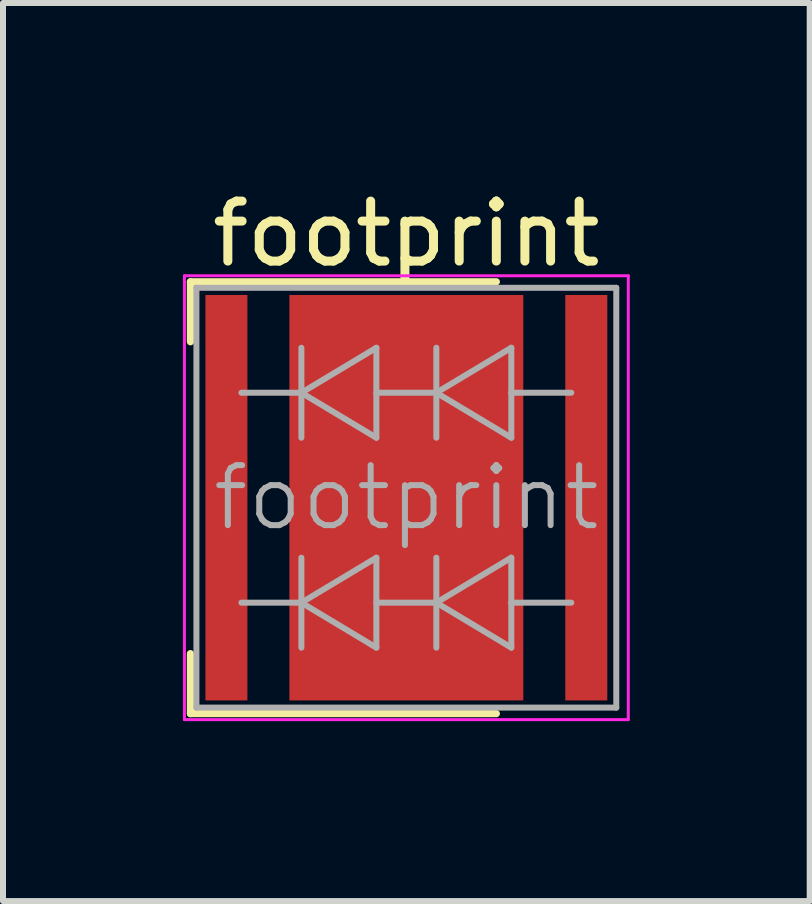
<source format=kicad_pcb>
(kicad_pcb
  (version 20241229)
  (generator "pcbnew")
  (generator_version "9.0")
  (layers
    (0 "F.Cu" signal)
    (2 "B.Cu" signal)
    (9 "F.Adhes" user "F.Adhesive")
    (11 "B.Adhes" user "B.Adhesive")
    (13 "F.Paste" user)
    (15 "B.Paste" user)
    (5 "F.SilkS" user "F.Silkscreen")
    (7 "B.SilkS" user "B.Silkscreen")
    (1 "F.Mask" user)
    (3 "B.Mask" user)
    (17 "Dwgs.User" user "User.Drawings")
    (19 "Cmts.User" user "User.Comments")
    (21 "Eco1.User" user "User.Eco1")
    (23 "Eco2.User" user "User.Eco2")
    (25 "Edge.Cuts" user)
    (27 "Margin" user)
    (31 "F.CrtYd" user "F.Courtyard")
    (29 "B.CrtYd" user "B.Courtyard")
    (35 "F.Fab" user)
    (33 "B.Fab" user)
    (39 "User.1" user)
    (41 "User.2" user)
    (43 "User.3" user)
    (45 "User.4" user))
  (footprint "footprint"
    (layer "F.Cu")
    (at 3.725 5.248)
    (property "Reference" "footprint" (at 0 -4.4 0) (layer "F.SilkS") (effects (font (size 1 1) (thickness 0.15))))
    (attr smd)
    (fp_line (start -3.6 -3.6) (end -3.6 -2.6) (stroke (width 0.12) (type solid)) (layer "F.SilkS"))
    (fp_line (start -3.6 3.6) (end -3.6 2.6) (stroke (width 0.12) (type solid)) (layer "F.SilkS"))
    (fp_line (start 1.5 -3.6) (end -3.6 -3.6) (stroke (width 0.12) (type solid)) (layer "F.SilkS"))
    (fp_line (start 1.5 3.6) (end -3.6 3.6) (stroke (width 0.12) (type solid)) (layer "F.SilkS"))
    (fp_line (start -3.7 -3.7) (end -3.7 3.7) (stroke (width 0.05) (type solid)) (layer "F.CrtYd"))
    (fp_line (start -3.7 3.7) (end 3.7 3.7) (stroke (width 0.05) (type solid)) (layer "F.CrtYd"))
    (fp_line (start 3.7 -3.7) (end -3.7 -3.7) (stroke (width 0.05) (type solid)) (layer "F.CrtYd"))
    (fp_line (start 3.7 3.7) (end 3.7 -3.7) (stroke (width 0.05) (type solid)) (layer "F.CrtYd"))
    (fp_line (start -3.5 -3.5) (end -3.5 3.5) (stroke (width 0.1) (type solid)) (layer "F.Fab"))
    (fp_line (start -3.5 3.5) (end 3.5 3.5) (stroke (width 0.1) (type solid)) (layer "F.Fab"))
    (fp_line (start -2.75 -1.75) (end -1.75 -1.75) (stroke (width 0.1) (type solid)) (layer "F.Fab"))
    (fp_line (start -2.75 1.75) (end -1.75 1.75) (stroke (width 0.1) (type solid)) (layer "F.Fab"))
    (fp_line (start -1.75 -1.75) (end -1.75 -2.5) (stroke (width 0.1) (type solid)) (layer "F.Fab"))
    (fp_line (start -1.75 -1.75) (end -1.75 -1) (stroke (width 0.1) (type solid)) (layer "F.Fab"))
    (fp_line (start -1.75 -1.75) (end -0.5 -1) (stroke (width 0.1) (type solid)) (layer "F.Fab"))
    (fp_line (start -1.75 1.75) (end -1.75 1) (stroke (width 0.1) (type solid)) (layer "F.Fab"))
    (fp_line (start -1.75 1.75) (end -1.75 2.5) (stroke (width 0.1) (type solid)) (layer "F.Fab"))
    (fp_line (start -1.75 1.75) (end -0.5 2.5) (stroke (width 0.1) (type solid)) (layer "F.Fab"))
    (fp_line (start -0.5 -2.5) (end -1.75 -1.75) (stroke (width 0.1) (type solid)) (layer "F.Fab"))
    (fp_line (start -0.5 -1.75) (end 0.5 -1.75) (stroke (width 0.1) (type solid)) (layer "F.Fab"))
    (fp_line (start -0.5 -1) (end -0.5 -2.5) (stroke (width 0.1) (type solid)) (layer "F.Fab"))
    (fp_line (start -0.5 1) (end -1.75 1.75) (stroke (width 0.1) (type solid)) (layer "F.Fab"))
    (fp_line (start -0.5 1.75) (end 0.5 1.75) (stroke (width 0.1) (type solid)) (layer "F.Fab"))
    (fp_line (start -0.5 2.5) (end -0.5 1) (stroke (width 0.1) (type solid)) (layer "F.Fab"))
    (fp_line (start 0.5 -2.5) (end 0.5 -1) (stroke (width 0.1) (type solid)) (layer "F.Fab"))
    (fp_line (start 0.5 -1.75) (end 1.75 -2.5) (stroke (width 0.1) (type solid)) (layer "F.Fab"))
    (fp_line (start 0.5 1) (end 0.5 2.5) (stroke (width 0.1) (type solid)) (layer "F.Fab"))
    (fp_line (start 0.5 1.75) (end 1.75 1) (stroke (width 0.1) (type solid)) (layer "F.Fab"))
    (fp_line (start 1.75 -1.75) (end 1.75 -2.5) (stroke (width 0.1) (type solid)) (layer "F.Fab"))
    (fp_line (start 1.75 -1.75) (end 1.75 -1) (stroke (width 0.1) (type solid)) (layer "F.Fab"))
    (fp_line (start 1.75 -1) (end 0.5 -1.75) (stroke (width 0.1) (type solid)) (layer "F.Fab"))
    (fp_line (start 1.75 1.75) (end 1.75 1) (stroke (width 0.1) (type solid)) (layer "F.Fab"))
    (fp_line (start 1.75 1.75) (end 1.75 2.5) (stroke (width 0.1) (type solid)) (layer "F.Fab"))
    (fp_line (start 1.75 2.5) (end 0.5 1.75) (stroke (width 0.1) (type solid)) (layer "F.Fab"))
    (fp_line (start 2.75 -1.75) (end 1.75 -1.75) (stroke (width 0.1) (type solid)) (layer "F.Fab"))
    (fp_line (start 2.75 1.75) (end 1.75 1.75) (stroke (width 0.1) (type solid)) (layer "F.Fab"))
    (fp_line (start 3.5 -3.5) (end -3.5 -3.5) (stroke (width 0.1) (type solid)) (layer "F.Fab"))
    (fp_line (start 3.5 3.5) (end 3.5 -3.5) (stroke (width 0.1) (type solid)) (layer "F.Fab"))
    (fp_text user "${REFERENCE}" (at 0 0 0) (layer "F.Fab") (effects (font (size 1 1) (thickness 0.1))))
    (pad "" smd rect (at -3 -1.815) (size 0.7 3.13) (layers "F.Paste"))
    (pad "" smd rect (at -3 1.815) (size 0.7 3.13) (layers "F.Paste"))
    (pad "" smd rect (at -0.77 -2.31) (size 1.29 1.29) (layers "F.Paste"))
    (pad "" smd rect (at -0.77 -0.77) (size 1.29 1.29) (layers "F.Paste"))
    (pad "" smd rect (at -0.77 0.77) (size 1.29 1.29) (layers "F.Paste"))
    (pad "" smd rect (at -0.77 2.31) (size 1.29 1.29) (layers "F.Paste"))
    (pad "" smd rect (at 0.77 -2.31) (size 1.29 1.29) (layers "F.Paste"))
    (pad "" smd rect (at 0.77 -0.77) (size 1.29 1.29) (layers "F.Paste"))
    (pad "" smd rect (at 0.77 0.77) (size 1.29 1.29) (layers "F.Paste"))
    (pad "" smd rect (at 0.77 2.31) (size 1.29 1.29) (layers "F.Paste"))
    (pad "" smd rect (at 3 -1.815) (size 0.7 3.13) (layers "F.Paste"))
    (pad "" smd rect (at 3 1.815) (size 0.7 3.13) (layers "F.Paste"))
    (pad "1" smd rect (at -3 0) (size 0.7 6.76) (layers "F.Cu" "F.Mask"))
    (pad "2" smd rect (at 3 0) (size 0.7 6.76) (layers "F.Cu" "F.Mask"))
    (pad "3" smd rect (at 0 0) (size 3.9 6.76) (layers "F.Cu" "F.Mask")))
  (gr_rect
    (start -3 -3)
    (end 10.45 11.973)
    (stroke (width 0.1) (type default))
    (fill no)
    (layer "Edge.Cuts")))
</source>
